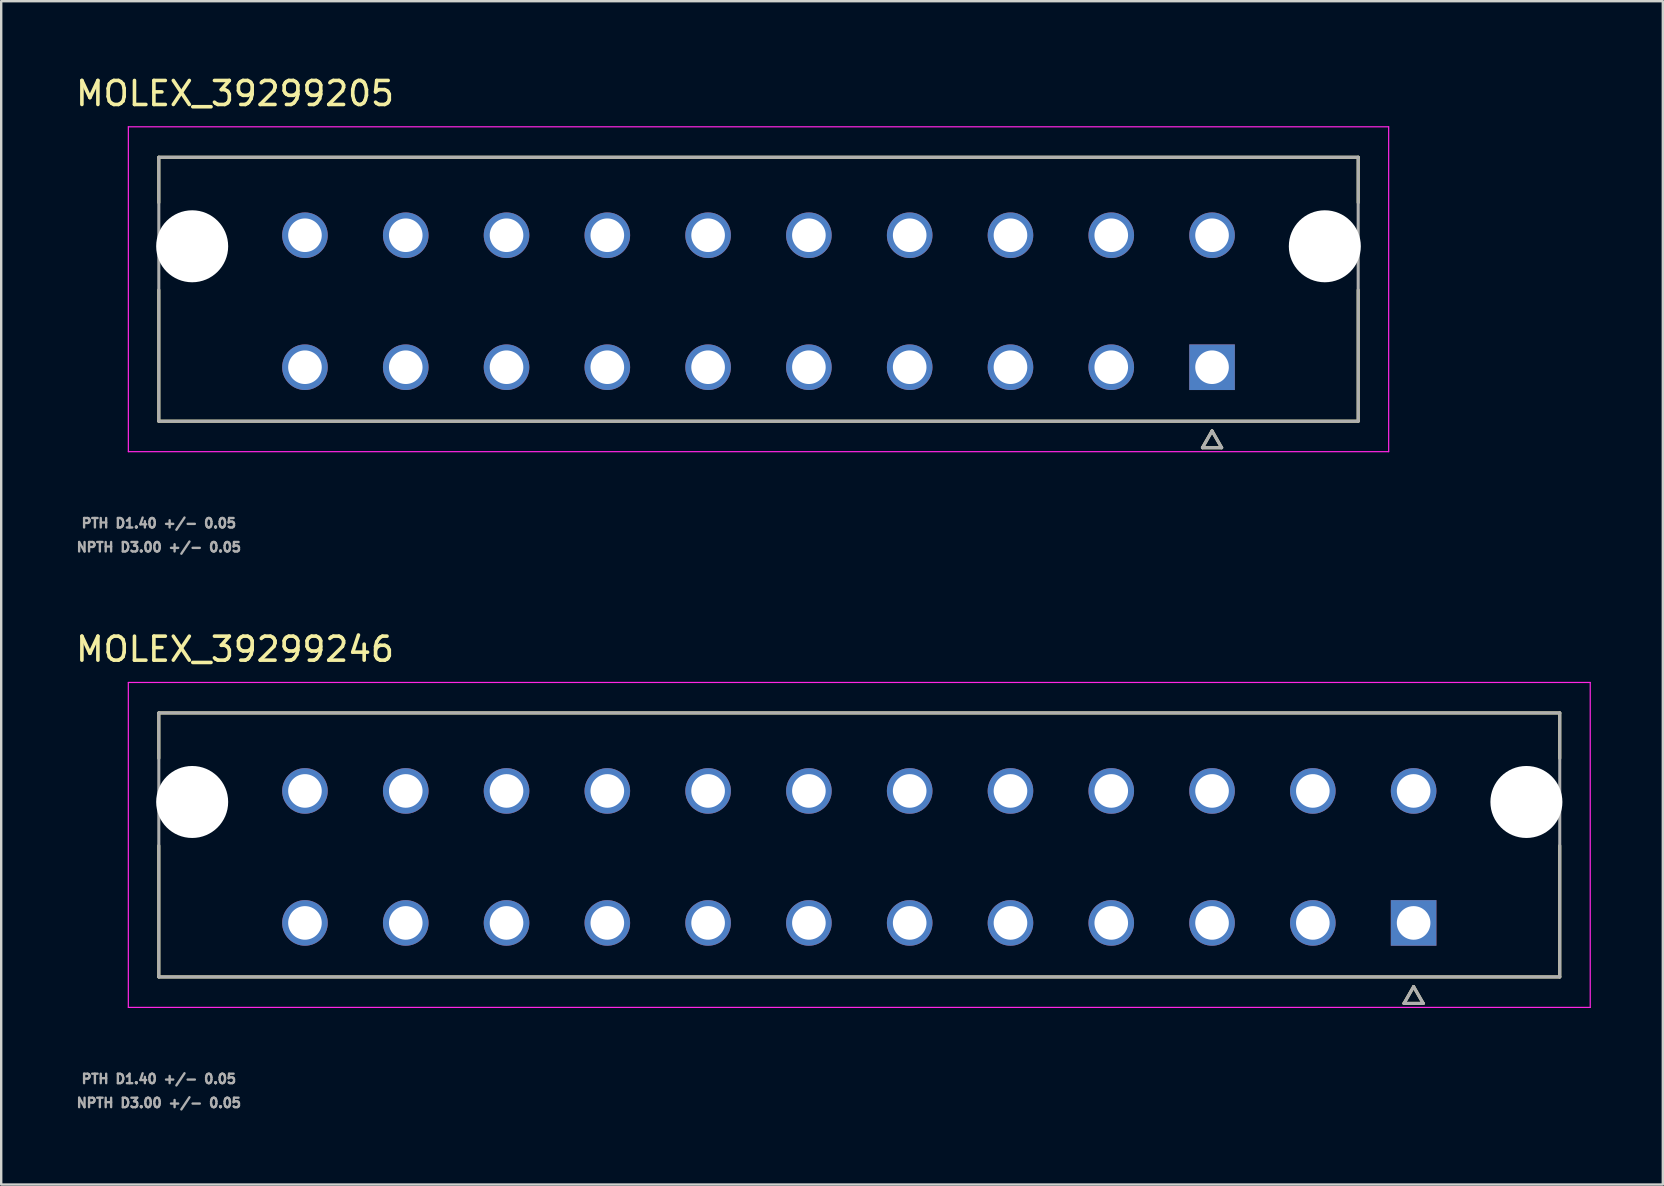
<source format=kicad_pcb>
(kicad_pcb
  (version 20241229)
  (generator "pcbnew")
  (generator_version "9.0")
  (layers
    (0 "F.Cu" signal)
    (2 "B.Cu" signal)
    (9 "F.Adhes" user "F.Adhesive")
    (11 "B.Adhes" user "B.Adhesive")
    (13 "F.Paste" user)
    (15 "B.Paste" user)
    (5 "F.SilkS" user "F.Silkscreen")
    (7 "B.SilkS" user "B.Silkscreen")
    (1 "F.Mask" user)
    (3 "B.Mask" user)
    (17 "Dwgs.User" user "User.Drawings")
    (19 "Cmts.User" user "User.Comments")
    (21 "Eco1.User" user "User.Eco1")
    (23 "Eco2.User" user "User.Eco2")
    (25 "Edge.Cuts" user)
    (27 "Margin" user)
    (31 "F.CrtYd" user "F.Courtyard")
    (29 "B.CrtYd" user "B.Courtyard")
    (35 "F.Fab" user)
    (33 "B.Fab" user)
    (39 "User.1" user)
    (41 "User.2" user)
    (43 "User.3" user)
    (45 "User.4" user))
  (footprint "MOLEX_39299205"
    (layer "F.Cu")
    (at 47.458 12.253)
    (property "Reference" "MOLEX_39299205" (at -40.714 -11.405 0) (layer "F.SilkS") (effects (font (size 1 1) (thickness 0.15))))
    (attr through_hole)
    (fp_circle (center -42.5 -5.04) (end -41.712 -5.04) (stroke (width 1.576) (type solid)) (fill no) (layer "F.Mask"))
    (fp_circle (center -37.8 -5.5) (end -37.287 -5.5) (stroke (width 1.026) (type solid)) (fill no) (layer "F.Mask"))
    (fp_circle (center -37.8 0) (end -37.287 0) (stroke (width 1.026) (type solid)) (fill no) (layer "F.Mask"))
    (fp_circle (center -33.6 -5.5) (end -33.087 -5.5) (stroke (width 1.026) (type solid)) (fill no) (layer "F.Mask"))
    (fp_circle (center -33.6 0) (end -33.087 0) (stroke (width 1.026) (type solid)) (fill no) (layer "F.Mask"))
    (fp_circle (center -29.4 -5.5) (end -28.887 -5.5) (stroke (width 1.026) (type solid)) (fill no) (layer "F.Mask"))
    (fp_circle (center -29.4 0) (end -28.887 0) (stroke (width 1.026) (type solid)) (fill no) (layer "F.Mask"))
    (fp_circle (center -25.2 -5.5) (end -24.687 -5.5) (stroke (width 1.026) (type solid)) (fill no) (layer "F.Mask"))
    (fp_circle (center -25.2 0) (end -24.687 0) (stroke (width 1.026) (type solid)) (fill no) (layer "F.Mask"))
    (fp_circle (center -21 -5.5) (end -20.487 -5.5) (stroke (width 1.026) (type solid)) (fill no) (layer "F.Mask"))
    (fp_circle (center -21 0) (end -20.487 0) (stroke (width 1.026) (type solid)) (fill no) (layer "F.Mask"))
    (fp_circle (center -16.8 -5.5) (end -16.287 -5.5) (stroke (width 1.026) (type solid)) (fill no) (layer "F.Mask"))
    (fp_circle (center -16.8 0) (end -16.287 0) (stroke (width 1.026) (type solid)) (fill no) (layer "F.Mask"))
    (fp_circle (center -12.6 -5.5) (end -12.087 -5.5) (stroke (width 1.026) (type solid)) (fill no) (layer "F.Mask"))
    (fp_circle (center -12.6 0) (end -12.087 0) (stroke (width 1.026) (type solid)) (fill no) (layer "F.Mask"))
    (fp_circle (center -8.4 -5.5) (end -7.887 -5.5) (stroke (width 1.026) (type solid)) (fill no) (layer "F.Mask"))
    (fp_circle (center -8.4 0) (end -7.887 0) (stroke (width 1.026) (type solid)) (fill no) (layer "F.Mask"))
    (fp_circle (center -4.2 -5.5) (end -3.687 -5.5) (stroke (width 1.026) (type solid)) (fill no) (layer "F.Mask"))
    (fp_circle (center -4.2 0) (end -3.687 0) (stroke (width 1.026) (type solid)) (fill no) (layer "F.Mask"))
    (fp_circle (center 0 -5.5) (end 0.513 -5.5) (stroke (width 1.026) (type solid)) (fill no) (layer "F.Mask"))
    (fp_circle (center 4.7 -5.04) (end 5.488 -5.04) (stroke (width 1.576) (type solid)) (fill no) (layer "F.Mask"))
    (fp_poly (pts (xy -1.026 -1.026) (xy 1.026 -1.026) (xy 1.026 1.026) (xy -1.026 1.026)) (stroke (width 0.01) (type solid)) (fill yes) (layer "F.Mask"))
    (fp_circle (center -42.5 -5.04) (end -41.712 -5.04) (stroke (width 1.576) (type solid)) (fill no) (layer "B.Mask"))
    (fp_circle (center -37.8 -5.5) (end -37.287 -5.5) (stroke (width 1.026) (type solid)) (fill no) (layer "B.Mask"))
    (fp_circle (center -37.8 0) (end -37.287 0) (stroke (width 1.026) (type solid)) (fill no) (layer "B.Mask"))
    (fp_circle (center -33.6 -5.5) (end -33.087 -5.5) (stroke (width 1.026) (type solid)) (fill no) (layer "B.Mask"))
    (fp_circle (center -33.6 0) (end -33.087 0) (stroke (width 1.026) (type solid)) (fill no) (layer "B.Mask"))
    (fp_circle (center -29.4 -5.5) (end -28.887 -5.5) (stroke (width 1.026) (type solid)) (fill no) (layer "B.Mask"))
    (fp_circle (center -29.4 0) (end -28.887 0) (stroke (width 1.026) (type solid)) (fill no) (layer "B.Mask"))
    (fp_circle (center -25.2 -5.5) (end -24.687 -5.5) (stroke (width 1.026) (type solid)) (fill no) (layer "B.Mask"))
    (fp_circle (center -25.2 0) (end -24.687 0) (stroke (width 1.026) (type solid)) (fill no) (layer "B.Mask"))
    (fp_circle (center -21 -5.5) (end -20.487 -5.5) (stroke (width 1.026) (type solid)) (fill no) (layer "B.Mask"))
    (fp_circle (center -21 0) (end -20.487 0) (stroke (width 1.026) (type solid)) (fill no) (layer "B.Mask"))
    (fp_circle (center -16.8 -5.5) (end -16.287 -5.5) (stroke (width 1.026) (type solid)) (fill no) (layer "B.Mask"))
    (fp_circle (center -16.8 0) (end -16.287 0) (stroke (width 1.026) (type solid)) (fill no) (layer "B.Mask"))
    (fp_circle (center -12.6 -5.5) (end -12.087 -5.5) (stroke (width 1.026) (type solid)) (fill no) (layer "B.Mask"))
    (fp_circle (center -12.6 0) (end -12.087 0) (stroke (width 1.026) (type solid)) (fill no) (layer "B.Mask"))
    (fp_circle (center -8.4 -5.5) (end -7.887 -5.5) (stroke (width 1.026) (type solid)) (fill no) (layer "B.Mask"))
    (fp_circle (center -8.4 0) (end -7.887 0) (stroke (width 1.026) (type solid)) (fill no) (layer "B.Mask"))
    (fp_circle (center -4.2 -5.5) (end -3.687 -5.5) (stroke (width 1.026) (type solid)) (fill no) (layer "B.Mask"))
    (fp_circle (center -4.2 0) (end -3.687 0) (stroke (width 1.026) (type solid)) (fill no) (layer "B.Mask"))
    (fp_circle (center 0 -5.5) (end 0.513 -5.5) (stroke (width 1.026) (type solid)) (fill no) (layer "B.Mask"))
    (fp_circle (center 4.7 -5.04) (end 5.488 -5.04) (stroke (width 1.576) (type solid)) (fill no) (layer "B.Mask"))
    (fp_poly (pts (xy -1.026 -1.026) (xy 1.026 -1.026) (xy 1.026 1.026) (xy -1.026 1.026)) (stroke (width 0.01) (type solid)) (fill yes) (layer "B.Mask"))
    (fp_line (start -43.89 -8.75) (end 6.09 -8.75) (stroke (width 0.127) (type solid)) (layer "F.SilkS"))
    (fp_line (start -43.89 -6.86) (end -43.89 -8.75) (stroke (width 0.127) (type solid)) (layer "F.SilkS"))
    (fp_line (start -43.89 2.25) (end -43.89 -3.22) (stroke (width 0.127) (type solid)) (layer "F.SilkS"))
    (fp_line (start -0.4 3.354) (end 0.4 3.354) (stroke (width 0.127) (type solid)) (layer "F.SilkS"))
    (fp_line (start 0 2.654) (end -0.4 3.354) (stroke (width 0.127) (type solid)) (layer "F.SilkS"))
    (fp_line (start 0.4 3.354) (end 0 2.654) (stroke (width 0.127) (type solid)) (layer "F.SilkS"))
    (fp_line (start 6.09 -8.75) (end 6.09 -6.86) (stroke (width 0.127) (type solid)) (layer "F.SilkS"))
    (fp_line (start 6.09 2.25) (end -43.89 2.25) (stroke (width 0.127) (type solid)) (layer "F.SilkS"))
    (fp_line (start 6.09 2.25) (end 6.09 -3.22) (stroke (width 0.127) (type solid)) (layer "F.SilkS"))
    (fp_line (start -45.159 -10.02) (end 7.36 -10.02) (stroke (width 0.05) (type solid)) (layer "F.CrtYd"))
    (fp_line (start -45.159 3.52) (end -45.159 -10.02) (stroke (width 0.05) (type solid)) (layer "F.CrtYd"))
    (fp_line (start 7.36 -10.02) (end 7.36 3.52) (stroke (width 0.05) (type solid)) (layer "F.CrtYd"))
    (fp_line (start 7.36 3.52) (end -45.159 3.52) (stroke (width 0.05) (type solid)) (layer "F.CrtYd"))
    (fp_line (start -43.89 -8.75) (end 6.09 -8.75) (stroke (width 0.127) (type solid)) (layer "F.Fab"))
    (fp_line (start -43.89 2.25) (end -43.89 -8.75) (stroke (width 0.127) (type solid)) (layer "F.Fab"))
    (fp_line (start -0.4 3.354) (end 0.4 3.354) (stroke (width 0.127) (type solid)) (layer "F.Fab"))
    (fp_line (start 0 2.654) (end -0.4 3.354) (stroke (width 0.127) (type solid)) (layer "F.Fab"))
    (fp_line (start 0.4 3.354) (end 0 2.654) (stroke (width 0.127) (type solid)) (layer "F.Fab"))
    (fp_line (start 6.09 -8.75) (end 6.09 2.25) (stroke (width 0.127) (type solid)) (layer "F.Fab"))
    (fp_line (start 6.09 2.25) (end -43.89 2.25) (stroke (width 0.127) (type solid)) (layer "F.Fab"))
    (fp_text user "NPTH D3.00 +/- 0.05" (at -43.889 7.5 0) (layer "F.Fab") (effects (font (size 0.394 0.394) (thickness 0.15))))
    (fp_text user "PTH D1.40 +/- 0.05" (at -43.889 6.5 0) (layer "F.Fab") (effects (font (size 0.394 0.394) (thickness 0.15))))
    (pad "" np_thru_hole circle (at -42.5 -5.04) (size 3 3) (drill 3) (layers "*.Cu" "*.Mask"))
    (pad "" np_thru_hole circle (at 4.7 -5.04) (size 3 3) (drill 3) (layers "*.Cu" "*.Mask"))
    (pad "1" thru_hole rect (at 0 0) (size 1.9 1.9) (drill 1.4) (layers "*.Cu"))
    (pad "2" thru_hole circle (at -4.2 0) (size 1.9 1.9) (drill 1.4) (layers "*.Cu"))
    (pad "3" thru_hole circle (at -8.4 0) (size 1.9 1.9) (drill 1.4) (layers "*.Cu"))
    (pad "4" thru_hole circle (at -12.6 0) (size 1.9 1.9) (drill 1.4) (layers "*.Cu"))
    (pad "5" thru_hole circle (at -16.8 0) (size 1.9 1.9) (drill 1.4) (layers "*.Cu"))
    (pad "6" thru_hole circle (at -21 0) (size 1.9 1.9) (drill 1.4) (layers "*.Cu"))
    (pad "7" thru_hole circle (at -25.2 0) (size 1.9 1.9) (drill 1.4) (layers "*.Cu"))
    (pad "8" thru_hole circle (at -29.4 0) (size 1.9 1.9) (drill 1.4) (layers "*.Cu"))
    (pad "9" thru_hole circle (at -33.6 0) (size 1.9 1.9) (drill 1.4) (layers "*.Cu"))
    (pad "10" thru_hole circle (at -37.8 0) (size 1.9 1.9) (drill 1.4) (layers "*.Cu"))
    (pad "11" thru_hole circle (at 0 -5.5) (size 1.9 1.9) (drill 1.4) (layers "*.Cu"))
    (pad "12" thru_hole circle (at -4.2 -5.5) (size 1.9 1.9) (drill 1.4) (layers "*.Cu"))
    (pad "13" thru_hole circle (at -8.4 -5.5) (size 1.9 1.9) (drill 1.4) (layers "*.Cu"))
    (pad "14" thru_hole circle (at -12.6 -5.5) (size 1.9 1.9) (drill 1.4) (layers "*.Cu"))
    (pad "15" thru_hole circle (at -16.8 -5.5) (size 1.9 1.9) (drill 1.4) (layers "*.Cu"))
    (pad "16" thru_hole circle (at -21 -5.5) (size 1.9 1.9) (drill 1.4) (layers "*.Cu"))
    (pad "17" thru_hole circle (at -25.2 -5.5) (size 1.9 1.9) (drill 1.4) (layers "*.Cu"))
    (pad "18" thru_hole circle (at -29.4 -5.5) (size 1.9 1.9) (drill 1.4) (layers "*.Cu"))
    (pad "19" thru_hole circle (at -33.6 -5.5) (size 1.9 1.9) (drill 1.4) (layers "*.Cu"))
    (pad "20" thru_hole circle (at -37.8 -5.5) (size 1.9 1.9) (drill 1.4) (layers "*.Cu")))
  (footprint "MOLEX_39299246"
    (layer "F.Cu")
    (at 55.858 35.41)
    (property "Reference" "MOLEX_39299246" (at -49.114 -11.405 0) (layer "F.SilkS") (effects (font (size 1 1) (thickness 0.15))))
    (attr through_hole)
    (fp_circle (center -50.9 -5.04) (end -50.112 -5.04) (stroke (width 1.576) (type solid)) (fill no) (layer "F.Mask"))
    (fp_circle (center -46.2 -5.5) (end -45.687 -5.5) (stroke (width 1.026) (type solid)) (fill no) (layer "F.Mask"))
    (fp_circle (center -46.2 0) (end -45.687 0) (stroke (width 1.026) (type solid)) (fill no) (layer "F.Mask"))
    (fp_circle (center -42 -5.5) (end -41.487 -5.5) (stroke (width 1.026) (type solid)) (fill no) (layer "F.Mask"))
    (fp_circle (center -42 0) (end -41.487 0) (stroke (width 1.026) (type solid)) (fill no) (layer "F.Mask"))
    (fp_circle (center -37.8 -5.5) (end -37.287 -5.5) (stroke (width 1.026) (type solid)) (fill no) (layer "F.Mask"))
    (fp_circle (center -37.8 0) (end -37.287 0) (stroke (width 1.026) (type solid)) (fill no) (layer "F.Mask"))
    (fp_circle (center -33.6 -5.5) (end -33.087 -5.5) (stroke (width 1.026) (type solid)) (fill no) (layer "F.Mask"))
    (fp_circle (center -33.6 0) (end -33.087 0) (stroke (width 1.026) (type solid)) (fill no) (layer "F.Mask"))
    (fp_circle (center -29.4 -5.5) (end -28.887 -5.5) (stroke (width 1.026) (type solid)) (fill no) (layer "F.Mask"))
    (fp_circle (center -29.4 0) (end -28.887 0) (stroke (width 1.026) (type solid)) (fill no) (layer "F.Mask"))
    (fp_circle (center -25.2 -5.5) (end -24.687 -5.5) (stroke (width 1.026) (type solid)) (fill no) (layer "F.Mask"))
    (fp_circle (center -25.2 0) (end -24.687 0) (stroke (width 1.026) (type solid)) (fill no) (layer "F.Mask"))
    (fp_circle (center -21 -5.5) (end -20.487 -5.5) (stroke (width 1.026) (type solid)) (fill no) (layer "F.Mask"))
    (fp_circle (center -21 0) (end -20.487 0) (stroke (width 1.026) (type solid)) (fill no) (layer "F.Mask"))
    (fp_circle (center -16.8 -5.5) (end -16.287 -5.5) (stroke (width 1.026) (type solid)) (fill no) (layer "F.Mask"))
    (fp_circle (center -16.8 0) (end -16.287 0) (stroke (width 1.026) (type solid)) (fill no) (layer "F.Mask"))
    (fp_circle (center -12.6 -5.5) (end -12.087 -5.5) (stroke (width 1.026) (type solid)) (fill no) (layer "F.Mask"))
    (fp_circle (center -12.6 0) (end -12.087 0) (stroke (width 1.026) (type solid)) (fill no) (layer "F.Mask"))
    (fp_circle (center -8.4 -5.5) (end -7.887 -5.5) (stroke (width 1.026) (type solid)) (fill no) (layer "F.Mask"))
    (fp_circle (center -8.4 0) (end -7.887 0) (stroke (width 1.026) (type solid)) (fill no) (layer "F.Mask"))
    (fp_circle (center -4.2 -5.5) (end -3.687 -5.5) (stroke (width 1.026) (type solid)) (fill no) (layer "F.Mask"))
    (fp_circle (center -4.2 0) (end -3.687 0) (stroke (width 1.026) (type solid)) (fill no) (layer "F.Mask"))
    (fp_circle (center 0 -5.5) (end 0.513 -5.5) (stroke (width 1.026) (type solid)) (fill no) (layer "F.Mask"))
    (fp_circle (center 4.7 -5.04) (end 5.488 -5.04) (stroke (width 1.576) (type solid)) (fill no) (layer "F.Mask"))
    (fp_poly (pts (xy -1.026 -1.026) (xy 1.026 -1.026) (xy 1.026 1.026) (xy -1.026 1.026)) (stroke (width 0.01) (type solid)) (fill yes) (layer "F.Mask"))
    (fp_circle (center -50.9 -5.04) (end -50.112 -5.04) (stroke (width 1.576) (type solid)) (fill no) (layer "B.Mask"))
    (fp_circle (center -46.2 -5.5) (end -45.687 -5.5) (stroke (width 1.026) (type solid)) (fill no) (layer "B.Mask"))
    (fp_circle (center -46.2 0) (end -45.687 0) (stroke (width 1.026) (type solid)) (fill no) (layer "B.Mask"))
    (fp_circle (center -42 -5.5) (end -41.487 -5.5) (stroke (width 1.026) (type solid)) (fill no) (layer "B.Mask"))
    (fp_circle (center -42 0) (end -41.487 0) (stroke (width 1.026) (type solid)) (fill no) (layer "B.Mask"))
    (fp_circle (center -37.8 -5.5) (end -37.287 -5.5) (stroke (width 1.026) (type solid)) (fill no) (layer "B.Mask"))
    (fp_circle (center -37.8 0) (end -37.287 0) (stroke (width 1.026) (type solid)) (fill no) (layer "B.Mask"))
    (fp_circle (center -33.6 -5.5) (end -33.087 -5.5) (stroke (width 1.026) (type solid)) (fill no) (layer "B.Mask"))
    (fp_circle (center -33.6 0) (end -33.087 0) (stroke (width 1.026) (type solid)) (fill no) (layer "B.Mask"))
    (fp_circle (center -29.4 -5.5) (end -28.887 -5.5) (stroke (width 1.026) (type solid)) (fill no) (layer "B.Mask"))
    (fp_circle (center -29.4 0) (end -28.887 0) (stroke (width 1.026) (type solid)) (fill no) (layer "B.Mask"))
    (fp_circle (center -25.2 -5.5) (end -24.687 -5.5) (stroke (width 1.026) (type solid)) (fill no) (layer "B.Mask"))
    (fp_circle (center -25.2 0) (end -24.687 0) (stroke (width 1.026) (type solid)) (fill no) (layer "B.Mask"))
    (fp_circle (center -21 -5.5) (end -20.487 -5.5) (stroke (width 1.026) (type solid)) (fill no) (layer "B.Mask"))
    (fp_circle (center -21 0) (end -20.487 0) (stroke (width 1.026) (type solid)) (fill no) (layer "B.Mask"))
    (fp_circle (center -16.8 -5.5) (end -16.287 -5.5) (stroke (width 1.026) (type solid)) (fill no) (layer "B.Mask"))
    (fp_circle (center -16.8 0) (end -16.287 0) (stroke (width 1.026) (type solid)) (fill no) (layer "B.Mask"))
    (fp_circle (center -12.6 -5.5) (end -12.087 -5.5) (stroke (width 1.026) (type solid)) (fill no) (layer "B.Mask"))
    (fp_circle (center -12.6 0) (end -12.087 0) (stroke (width 1.026) (type solid)) (fill no) (layer "B.Mask"))
    (fp_circle (center -8.4 -5.5) (end -7.887 -5.5) (stroke (width 1.026) (type solid)) (fill no) (layer "B.Mask"))
    (fp_circle (center -8.4 0) (end -7.887 0) (stroke (width 1.026) (type solid)) (fill no) (layer "B.Mask"))
    (fp_circle (center -4.2 -5.5) (end -3.687 -5.5) (stroke (width 1.026) (type solid)) (fill no) (layer "B.Mask"))
    (fp_circle (center -4.2 0) (end -3.687 0) (stroke (width 1.026) (type solid)) (fill no) (layer "B.Mask"))
    (fp_circle (center 0 -5.5) (end 0.513 -5.5) (stroke (width 1.026) (type solid)) (fill no) (layer "B.Mask"))
    (fp_circle (center 4.7 -5.04) (end 5.488 -5.04) (stroke (width 1.576) (type solid)) (fill no) (layer "B.Mask"))
    (fp_poly (pts (xy -1.026 -1.026) (xy 1.026 -1.026) (xy 1.026 1.026) (xy -1.026 1.026)) (stroke (width 0.01) (type solid)) (fill yes) (layer "B.Mask"))
    (fp_line (start -52.29 -8.75) (end 6.09 -8.75) (stroke (width 0.127) (type solid)) (layer "F.SilkS"))
    (fp_line (start -52.29 -6.86) (end -52.29 -8.75) (stroke (width 0.127) (type solid)) (layer "F.SilkS"))
    (fp_line (start -52.29 2.25) (end -52.29 -3.22) (stroke (width 0.127) (type solid)) (layer "F.SilkS"))
    (fp_line (start -0.4 3.354) (end 0.4 3.354) (stroke (width 0.127) (type solid)) (layer "F.SilkS"))
    (fp_line (start 0 2.654) (end -0.4 3.354) (stroke (width 0.127) (type solid)) (layer "F.SilkS"))
    (fp_line (start 0.4 3.354) (end 0 2.654) (stroke (width 0.127) (type solid)) (layer "F.SilkS"))
    (fp_line (start 6.09 -8.75) (end 6.09 -6.86) (stroke (width 0.127) (type solid)) (layer "F.SilkS"))
    (fp_line (start 6.09 2.25) (end -52.29 2.25) (stroke (width 0.127) (type solid)) (layer "F.SilkS"))
    (fp_line (start 6.09 2.25) (end 6.09 -3.22) (stroke (width 0.127) (type solid)) (layer "F.SilkS"))
    (fp_line (start -53.56 -10.02) (end 7.36 -10.02) (stroke (width 0.05) (type solid)) (layer "F.CrtYd"))
    (fp_line (start -53.56 3.52) (end -53.56 -10.02) (stroke (width 0.05) (type solid)) (layer "F.CrtYd"))
    (fp_line (start 7.36 -10.02) (end 7.36 3.52) (stroke (width 0.05) (type solid)) (layer "F.CrtYd"))
    (fp_line (start 7.36 3.52) (end -53.56 3.52) (stroke (width 0.05) (type solid)) (layer "F.CrtYd"))
    (fp_line (start -52.29 -8.75) (end 6.09 -8.75) (stroke (width 0.127) (type solid)) (layer "F.Fab"))
    (fp_line (start -52.29 2.25) (end -52.29 -8.75) (stroke (width 0.127) (type solid)) (layer "F.Fab"))
    (fp_line (start -0.4 3.354) (end 0.4 3.354) (stroke (width 0.127) (type solid)) (layer "F.Fab"))
    (fp_line (start 0 2.654) (end -0.4 3.354) (stroke (width 0.127) (type solid)) (layer "F.Fab"))
    (fp_line (start 0.4 3.354) (end 0 2.654) (stroke (width 0.127) (type solid)) (layer "F.Fab"))
    (fp_line (start 6.09 -8.75) (end 6.09 2.25) (stroke (width 0.127) (type solid)) (layer "F.Fab"))
    (fp_line (start 6.09 2.25) (end -52.29 2.25) (stroke (width 0.127) (type solid)) (layer "F.Fab"))
    (fp_text user "PTH D1.40 +/- 0.05" (at -52.289 6.5 0) (layer "F.Fab") (effects (font (size 0.394 0.394) (thickness 0.15))))
    (fp_text user "NPTH D3.00 +/- 0.05" (at -52.289 7.5 0) (layer "F.Fab") (effects (font (size 0.394 0.394) (thickness 0.15))))
    (pad "" np_thru_hole circle (at -50.9 -5.04) (size 3 3) (drill 3) (layers "*.Cu" "*.Mask"))
    (pad "" np_thru_hole circle (at 4.7 -5.04) (size 3 3) (drill 3) (layers "*.Cu" "*.Mask"))
    (pad "1" thru_hole rect (at 0 0) (size 1.9 1.9) (drill 1.4) (layers "*.Cu"))
    (pad "2" thru_hole circle (at -4.2 0) (size 1.9 1.9) (drill 1.4) (layers "*.Cu"))
    (pad "3" thru_hole circle (at -8.4 0) (size 1.9 1.9) (drill 1.4) (layers "*.Cu"))
    (pad "4" thru_hole circle (at -12.6 0) (size 1.9 1.9) (drill 1.4) (layers "*.Cu"))
    (pad "5" thru_hole circle (at -16.8 0) (size 1.9 1.9) (drill 1.4) (layers "*.Cu"))
    (pad "6" thru_hole circle (at -21 0) (size 1.9 1.9) (drill 1.4) (layers "*.Cu"))
    (pad "7" thru_hole circle (at -25.2 0) (size 1.9 1.9) (drill 1.4) (layers "*.Cu"))
    (pad "8" thru_hole circle (at -29.4 0) (size 1.9 1.9) (drill 1.4) (layers "*.Cu"))
    (pad "9" thru_hole circle (at -33.6 0) (size 1.9 1.9) (drill 1.4) (layers "*.Cu"))
    (pad "10" thru_hole circle (at -37.8 0) (size 1.9 1.9) (drill 1.4) (layers "*.Cu"))
    (pad "11" thru_hole circle (at -42 0) (size 1.9 1.9) (drill 1.4) (layers "*.Cu"))
    (pad "12" thru_hole circle (at -46.2 0) (size 1.9 1.9) (drill 1.4) (layers "*.Cu"))
    (pad "13" thru_hole circle (at 0 -5.5) (size 1.9 1.9) (drill 1.4) (layers "*.Cu"))
    (pad "14" thru_hole circle (at -4.2 -5.5) (size 1.9 1.9) (drill 1.4) (layers "*.Cu"))
    (pad "15" thru_hole circle (at -8.4 -5.5) (size 1.9 1.9) (drill 1.4) (layers "*.Cu"))
    (pad "16" thru_hole circle (at -12.6 -5.5) (size 1.9 1.9) (drill 1.4) (layers "*.Cu"))
    (pad "17" thru_hole circle (at -16.8 -5.5) (size 1.9 1.9) (drill 1.4) (layers "*.Cu"))
    (pad "18" thru_hole circle (at -21 -5.5) (size 1.9 1.9) (drill 1.4) (layers "*.Cu"))
    (pad "19" thru_hole circle (at -25.2 -5.5) (size 1.9 1.9) (drill 1.4) (layers "*.Cu"))
    (pad "20" thru_hole circle (at -29.4 -5.5) (size 1.9 1.9) (drill 1.4) (layers "*.Cu"))
    (pad "21" thru_hole circle (at -33.6 -5.5) (size 1.9 1.9) (drill 1.4) (layers "*.Cu"))
    (pad "22" thru_hole circle (at -37.8 -5.5) (size 1.9 1.9) (drill 1.4) (layers "*.Cu"))
    (pad "23" thru_hole circle (at -42 -5.5) (size 1.9 1.9) (drill 1.4) (layers "*.Cu"))
    (pad "24" thru_hole circle (at -46.2 -5.5) (size 1.9 1.9) (drill 1.4) (layers "*.Cu")))
  (gr_rect
    (start -3 -3)
    (end 66.243 46.313)
    (stroke (width 0.1) (type default))
    (fill no)
    (layer "Edge.Cuts")))
</source>
